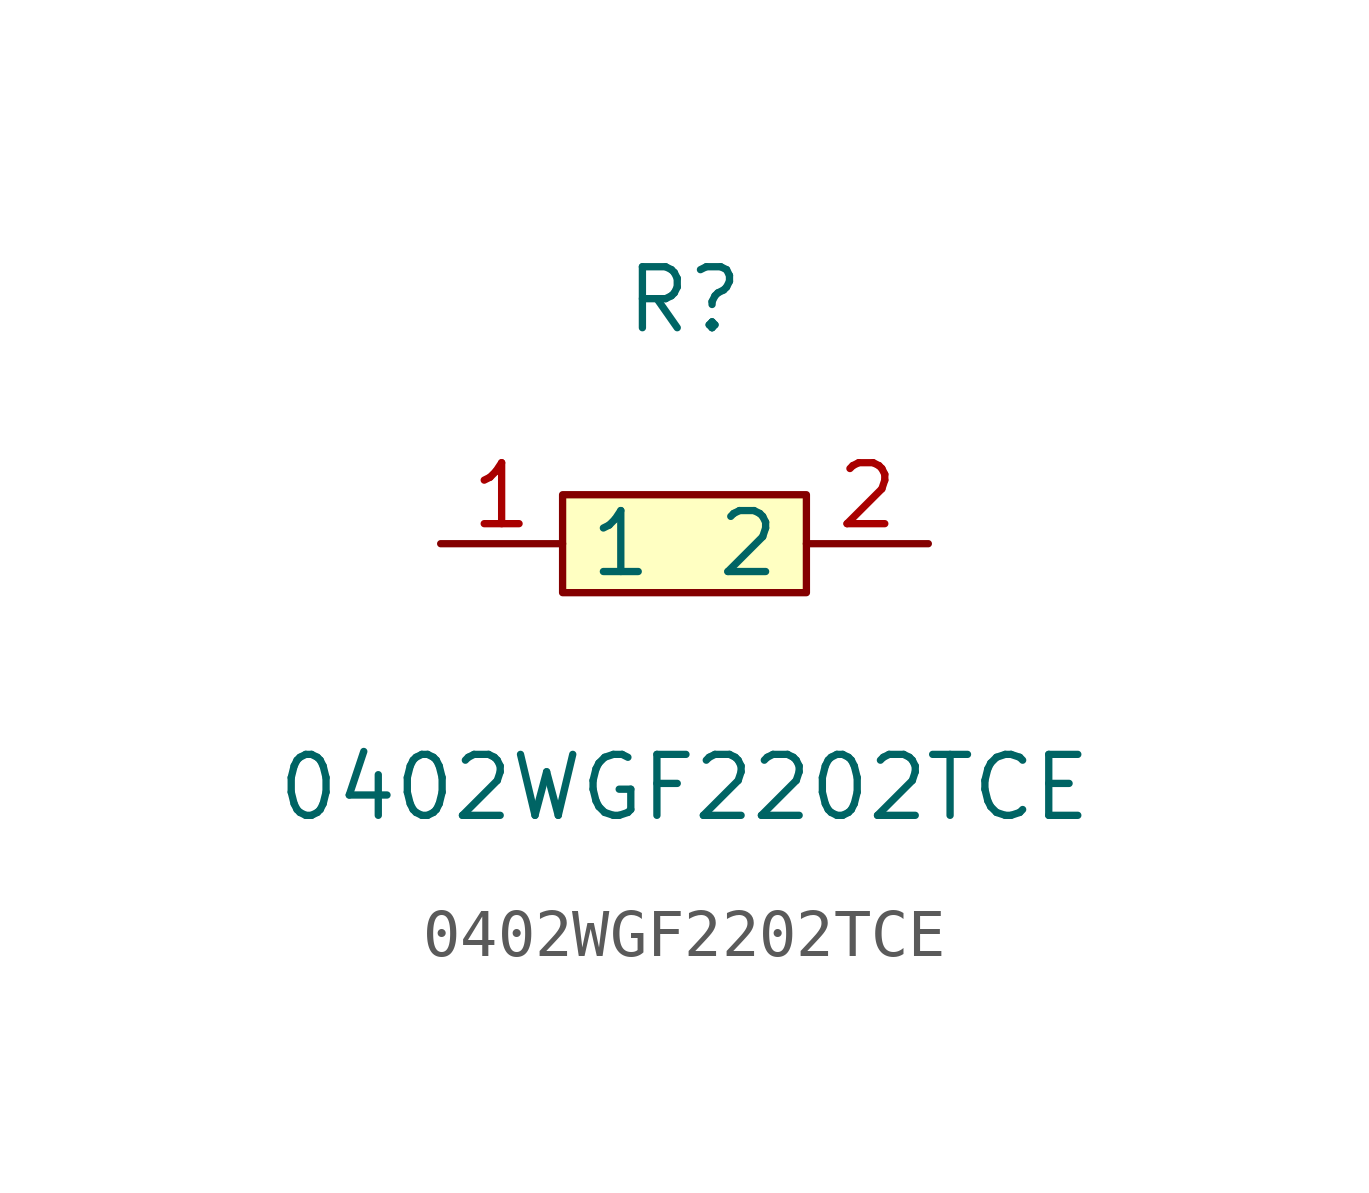
<source format=kicad_sym>
(kicad_symbol_lib
  (version 1)
  (generator "faebryk")
  (symbol "0402WGF2202TCE"
    (property "Reference" "R"
      (at 0 5.08 0)
      (effects (font (size 1.27 1.27)) (hide no)))
    (property "Value" "0402WGF2202TCE"
      (at 0 -5.08 0)
      (effects (font (size 1.27 1.27)) (hide no)))
    (symbol "0402WGF2202TCE_0_1"
      (rectangle (start -2.54 1.02) (end 2.54 -1.02) (stroke (width 0) (type default) (color 0 0 0 0)) (fill (type background)))
      (pin input line (at 5.08 0 180) (length 2.54) (name "2" (effects (font (size 1.27 1.27)) (hide no))) (number "2" (effects (font (size 1.27 1.27)) (hide no))))
      (pin input line (at -5.08 0 0) (length 2.54) (name "1" (effects (font (size 1.27 1.27)) (hide no))) (number "1" (effects (font (size 1.27 1.27)) (hide no)))))))
</source>
